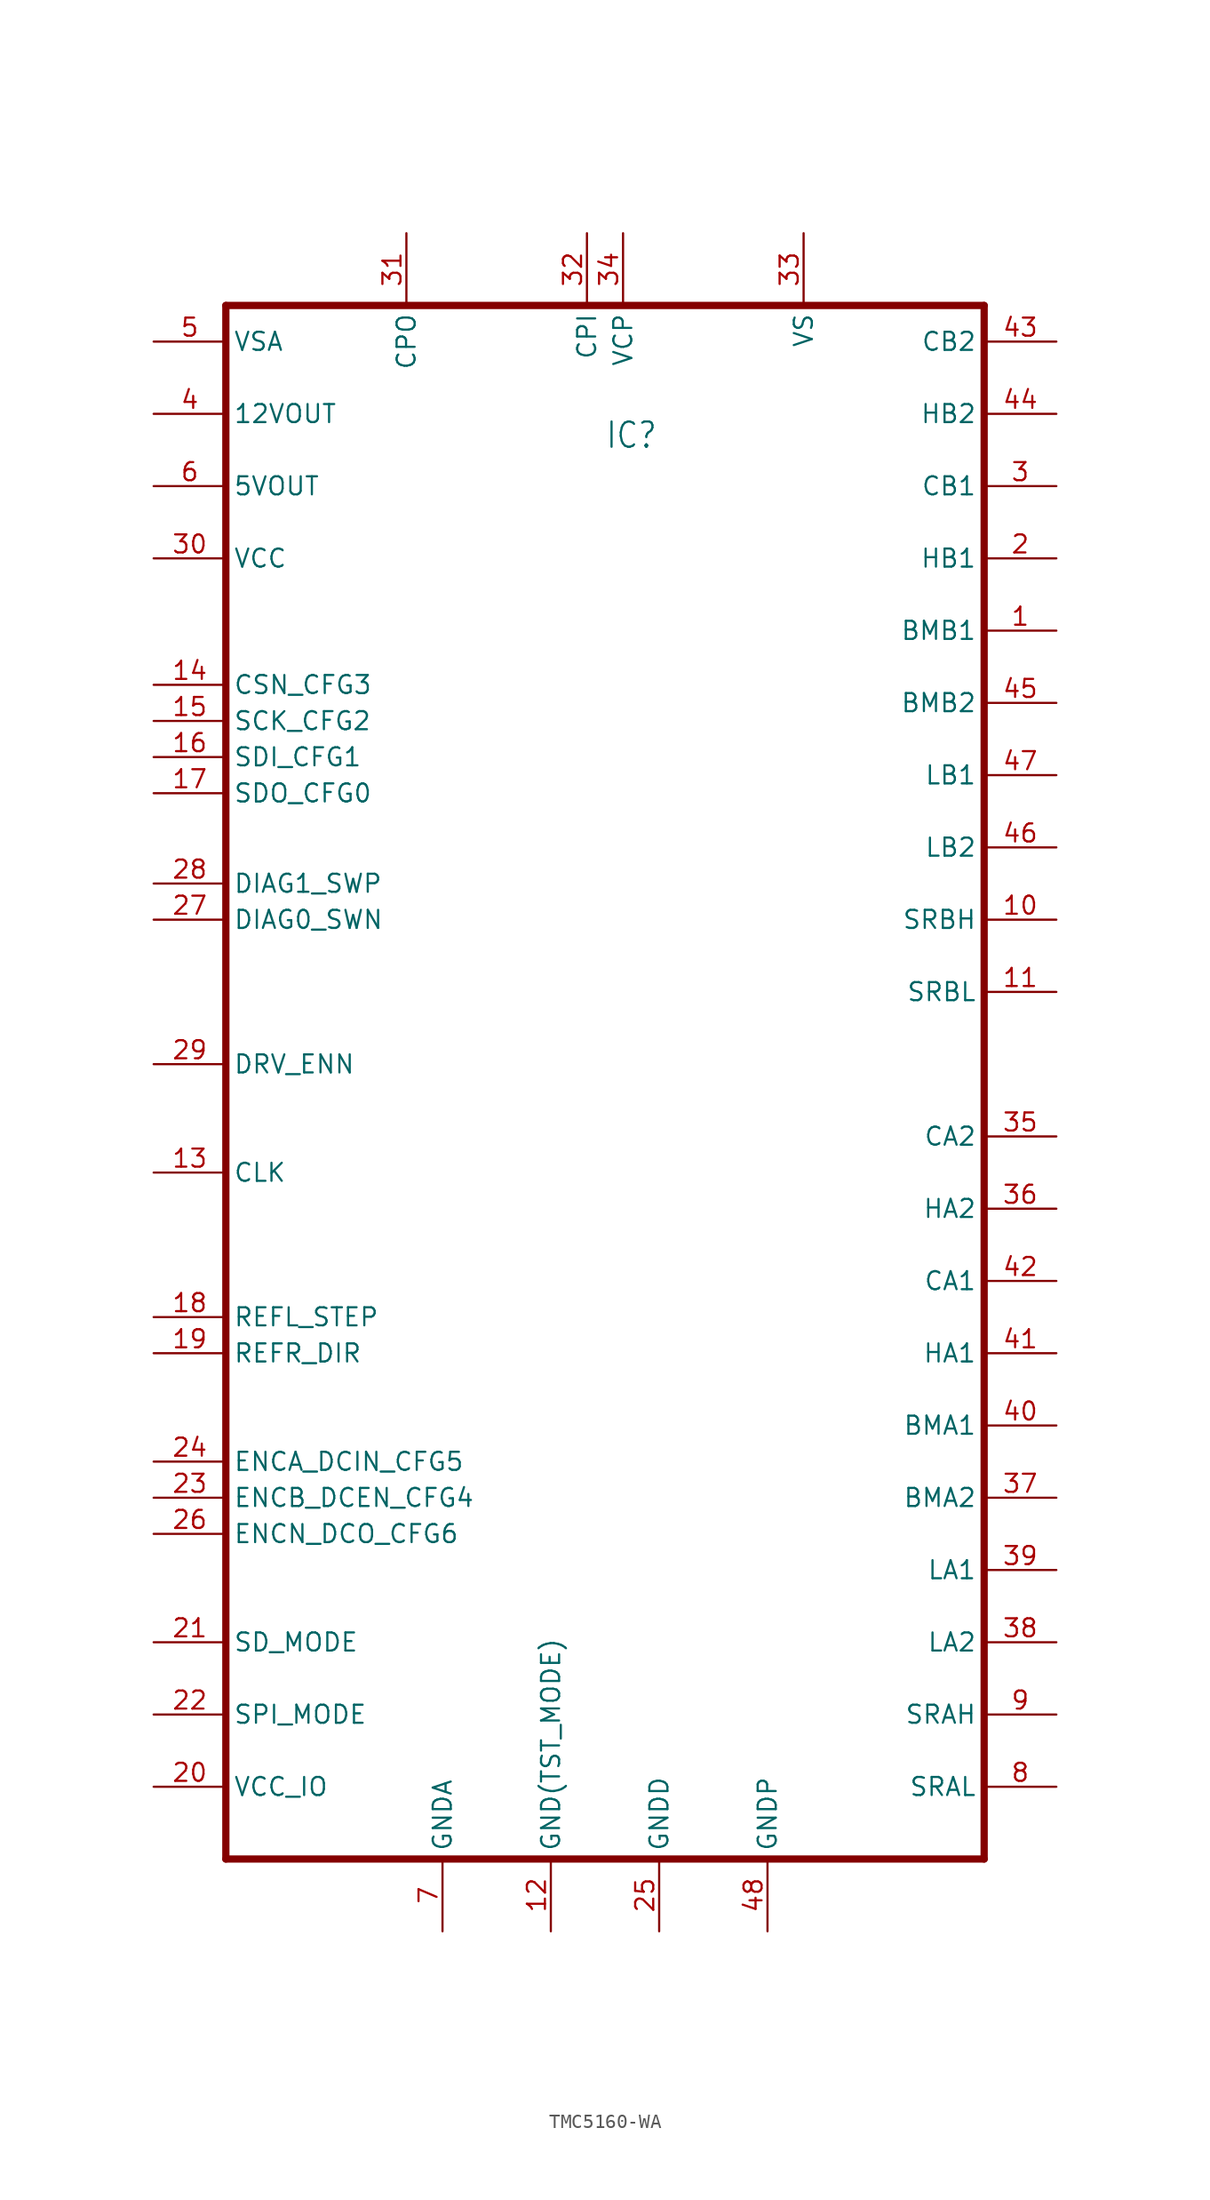
<source format=kicad_sym>
(kicad_symbol_lib
  (version 20231120)
  (generator "kicad_symbol_editor")
  (generator_version "8.0")
  (symbol "TMC5160-WA"
    (property "Reference" "IC"
      (at 31.75 -7.62 0)
      (effects (font (size 1.778 1.511)) (justify left bottom)))
    (property "Value" ""
      (at 31.75 -10.16 0)
      (effects (font (size 1.778 1.511)) (justify left bottom)))
    (property "ki_locked" ""
      (at 0 0 0)
      (effects (font (size 1.27 1.27))))
    (symbol "TMC5160-WA_1_0"
      (polyline (pts (xy 5.08 -106.68) (xy 58.42 -106.68)) (stroke (width 0.51) (type solid)) (fill (type none)))
      (polyline (pts (xy 5.08 2.54) (xy 5.08 -106.68)) (stroke (width 0.51) (type solid)) (fill (type none)))
      (polyline (pts (xy 58.42 -106.68) (xy 58.42 2.54)) (stroke (width 0.51) (type solid)) (fill (type none)))
      (polyline (pts (xy 58.42 2.54) (xy 5.08 2.54)) (stroke (width 0.51) (type solid)) (fill (type none)))
      (pin input line (at 63.5 -20.32 180) (length 5.08) (name "BMB1" (effects (font (size 1.27 1.27)))) (number "1" (effects (font (size 1.27 1.27)))))
      (pin input line (at 63.5 -40.64 180) (length 5.08) (name "SRBH" (effects (font (size 1.27 1.27)))) (number "10" (effects (font (size 1.27 1.27)))))
      (pin input line (at 63.5 -45.72 180) (length 5.08) (name "SRBL" (effects (font (size 1.27 1.27)))) (number "11" (effects (font (size 1.27 1.27)))))
      (pin input line (at 27.94 -111.76 90) (length 5.08) (name "GND(TST_MODE)" (effects (font (size 1.27 1.27)))) (number "12" (effects (font (size 1.27 1.27)))))
      (pin input line (at 0 -58.42 0) (length 5.08) (name "CLK" (effects (font (size 1.27 1.27)))) (number "13" (effects (font (size 1.27 1.27)))))
      (pin input line (at 0 -24.13 0) (length 5.08) (name "CSN_CFG3" (effects (font (size 1.27 1.27)))) (number "14" (effects (font (size 1.27 1.27)))))
      (pin input line (at 0 -26.67 0) (length 5.08) (name "SCK_CFG2" (effects (font (size 1.27 1.27)))) (number "15" (effects (font (size 1.27 1.27)))))
      (pin input line (at 0 -29.21 0) (length 5.08) (name "SDI_CFG1" (effects (font (size 1.27 1.27)))) (number "16" (effects (font (size 1.27 1.27)))))
      (pin bidirectional line (at 0 -31.75 0) (length 5.08) (name "SDO_CFG0" (effects (font (size 1.27 1.27)))) (number "17" (effects (font (size 1.27 1.27)))))
      (pin input line (at 0 -68.58 0) (length 5.08) (name "REFL_STEP" (effects (font (size 1.27 1.27)))) (number "18" (effects (font (size 1.27 1.27)))))
      (pin input line (at 0 -71.12 0) (length 5.08) (name "REFR_DIR" (effects (font (size 1.27 1.27)))) (number "19" (effects (font (size 1.27 1.27)))))
      (pin output line (at 63.5 -15.24 180) (length 5.08) (name "HB1" (effects (font (size 1.27 1.27)))) (number "2" (effects (font (size 1.27 1.27)))))
      (pin power_in line (at 0 -101.6 0) (length 5.08) (name "VCC_IO" (effects (font (size 1.27 1.27)))) (number "20" (effects (font (size 1.27 1.27)))))
      (pin input line (at 0 -91.44 0) (length 5.08) (name "SD_MODE" (effects (font (size 1.27 1.27)))) (number "21" (effects (font (size 1.27 1.27)))))
      (pin input line (at 0 -96.52 0) (length 5.08) (name "SPI_MODE" (effects (font (size 1.27 1.27)))) (number "22" (effects (font (size 1.27 1.27)))))
      (pin input line (at 0 -81.28 0) (length 5.08) (name "ENCB_DCEN_CFG4" (effects (font (size 1.27 1.27)))) (number "23" (effects (font (size 1.27 1.27)))))
      (pin input line (at 0 -78.74 0) (length 5.08) (name "ENCA_DCIN_CFG5" (effects (font (size 1.27 1.27)))) (number "24" (effects (font (size 1.27 1.27)))))
      (pin power_in line (at 35.56 -111.76 90) (length 5.08) (name "GNDD" (effects (font (size 1.27 1.27)))) (number "25" (effects (font (size 1.27 1.27)))))
      (pin bidirectional line (at 0 -83.82 0) (length 5.08) (name "ENCN_DCO_CFG6" (effects (font (size 1.27 1.27)))) (number "26" (effects (font (size 1.27 1.27)))))
      (pin bidirectional line (at 0 -40.64 0) (length 5.08) (name "DIAG0_SWN" (effects (font (size 1.27 1.27)))) (number "27" (effects (font (size 1.27 1.27)))))
      (pin bidirectional line (at 0 -38.1 0) (length 5.08) (name "DIAG1_SWP" (effects (font (size 1.27 1.27)))) (number "28" (effects (font (size 1.27 1.27)))))
      (pin input line (at 0 -50.8 0) (length 5.08) (name "DRV_ENN" (effects (font (size 1.27 1.27)))) (number "29" (effects (font (size 1.27 1.27)))))
      (pin input line (at 63.5 -10.16 180) (length 5.08) (name "CB1" (effects (font (size 1.27 1.27)))) (number "3" (effects (font (size 1.27 1.27)))))
      (pin power_in line (at 0 -15.24 0) (length 5.08) (name "VCC" (effects (font (size 1.27 1.27)))) (number "30" (effects (font (size 1.27 1.27)))))
      (pin input line (at 17.78 7.62 270) (length 5.08) (name "CPO" (effects (font (size 1.27 1.27)))) (number "31" (effects (font (size 1.27 1.27)))))
      (pin input line (at 30.48 7.62 270) (length 5.08) (name "CPI" (effects (font (size 1.27 1.27)))) (number "32" (effects (font (size 1.27 1.27)))))
      (pin power_in line (at 45.72 7.62 270) (length 5.08) (name "VS" (effects (font (size 1.27 1.27)))) (number "33" (effects (font (size 1.27 1.27)))))
      (pin input line (at 33.02 7.62 270) (length 5.08) (name "VCP" (effects (font (size 1.27 1.27)))) (number "34" (effects (font (size 1.27 1.27)))))
      (pin input line (at 63.5 -55.88 180) (length 5.08) (name "CA2" (effects (font (size 1.27 1.27)))) (number "35" (effects (font (size 1.27 1.27)))))
      (pin output line (at 63.5 -60.96 180) (length 5.08) (name "HA2" (effects (font (size 1.27 1.27)))) (number "36" (effects (font (size 1.27 1.27)))))
      (pin input line (at 63.5 -81.28 180) (length 5.08) (name "BMA2" (effects (font (size 1.27 1.27)))) (number "37" (effects (font (size 1.27 1.27)))))
      (pin output line (at 63.5 -91.44 180) (length 5.08) (name "LA2" (effects (font (size 1.27 1.27)))) (number "38" (effects (font (size 1.27 1.27)))))
      (pin output line (at 63.5 -86.36 180) (length 5.08) (name "LA1" (effects (font (size 1.27 1.27)))) (number "39" (effects (font (size 1.27 1.27)))))
      (pin bidirectional line (at 0 -5.08 0) (length 5.08) (name "12VOUT" (effects (font (size 1.27 1.27)))) (number "4" (effects (font (size 1.27 1.27)))))
      (pin input line (at 63.5 -76.2 180) (length 5.08) (name "BMA1" (effects (font (size 1.27 1.27)))) (number "40" (effects (font (size 1.27 1.27)))))
      (pin output line (at 63.5 -71.12 180) (length 5.08) (name "HA1" (effects (font (size 1.27 1.27)))) (number "41" (effects (font (size 1.27 1.27)))))
      (pin input line (at 63.5 -66.04 180) (length 5.08) (name "CA1" (effects (font (size 1.27 1.27)))) (number "42" (effects (font (size 1.27 1.27)))))
      (pin input line (at 63.5 0 180) (length 5.08) (name "CB2" (effects (font (size 1.27 1.27)))) (number "43" (effects (font (size 1.27 1.27)))))
      (pin output line (at 63.5 -5.08 180) (length 5.08) (name "HB2" (effects (font (size 1.27 1.27)))) (number "44" (effects (font (size 1.27 1.27)))))
      (pin input line (at 63.5 -25.4 180) (length 5.08) (name "BMB2" (effects (font (size 1.27 1.27)))) (number "45" (effects (font (size 1.27 1.27)))))
      (pin output line (at 63.5 -35.56 180) (length 5.08) (name "LB2" (effects (font (size 1.27 1.27)))) (number "46" (effects (font (size 1.27 1.27)))))
      (pin output line (at 63.5 -30.48 180) (length 5.08) (name "LB1" (effects (font (size 1.27 1.27)))) (number "47" (effects (font (size 1.27 1.27)))))
      (pin power_in line (at 43.18 -111.76 90) (length 5.08) (name "GNDP" (effects (font (size 1.27 1.27)))) (number "48" (effects (font (size 1.27 1.27)))))
      (pin power_in line (at 0 0 0) (length 5.08) (name "VSA" (effects (font (size 1.27 1.27)))) (number "5" (effects (font (size 1.27 1.27)))))
      (pin bidirectional line (at 0 -10.16 0) (length 5.08) (name "5VOUT" (effects (font (size 1.27 1.27)))) (number "6" (effects (font (size 1.27 1.27)))))
      (pin power_in line (at 20.32 -111.76 90) (length 5.08) (name "GNDA" (effects (font (size 1.27 1.27)))) (number "7" (effects (font (size 1.27 1.27)))))
      (pin input line (at 63.5 -101.6 180) (length 5.08) (name "SRAL" (effects (font (size 1.27 1.27)))) (number "8" (effects (font (size 1.27 1.27)))))
      (pin input line (at 63.5 -96.52 180) (length 5.08) (name "SRAH" (effects (font (size 1.27 1.27)))) (number "9" (effects (font (size 1.27 1.27))))))))
</source>
